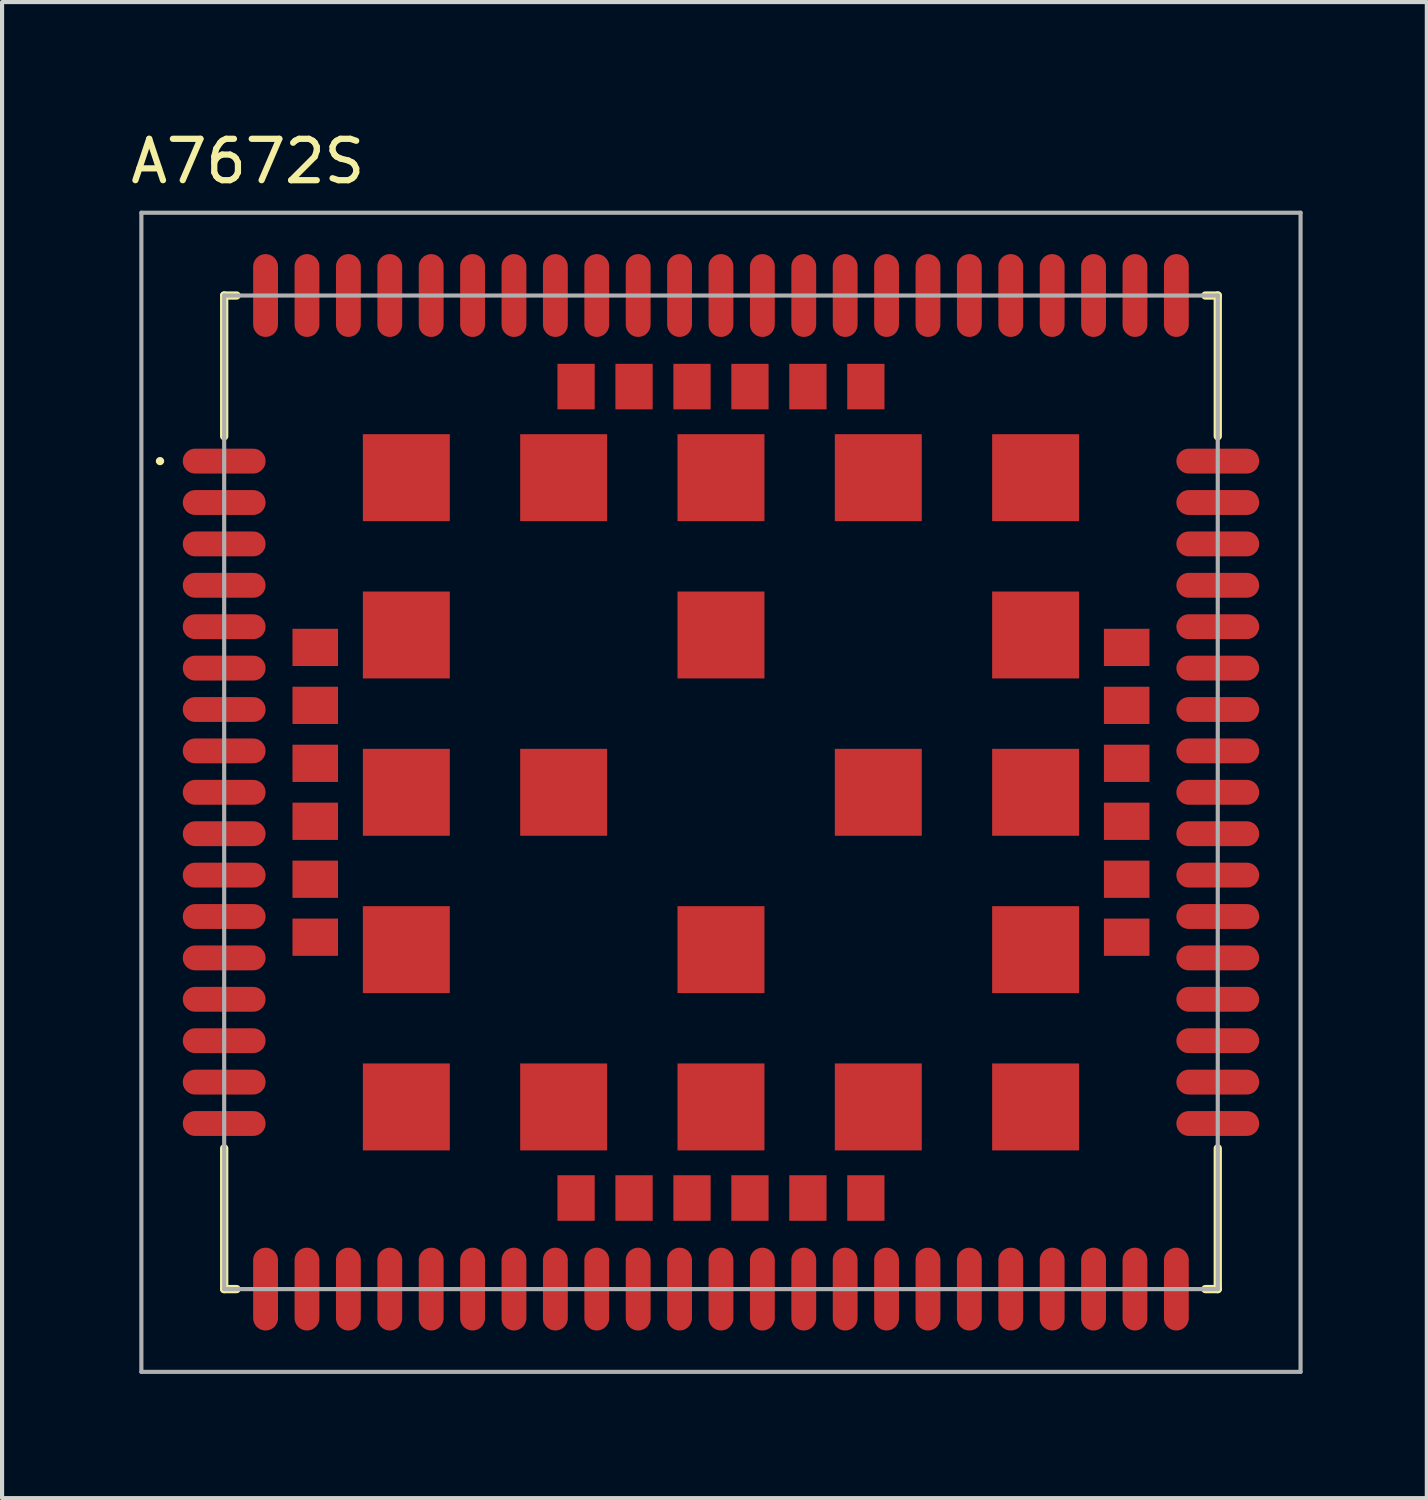
<source format=kicad_pcb>
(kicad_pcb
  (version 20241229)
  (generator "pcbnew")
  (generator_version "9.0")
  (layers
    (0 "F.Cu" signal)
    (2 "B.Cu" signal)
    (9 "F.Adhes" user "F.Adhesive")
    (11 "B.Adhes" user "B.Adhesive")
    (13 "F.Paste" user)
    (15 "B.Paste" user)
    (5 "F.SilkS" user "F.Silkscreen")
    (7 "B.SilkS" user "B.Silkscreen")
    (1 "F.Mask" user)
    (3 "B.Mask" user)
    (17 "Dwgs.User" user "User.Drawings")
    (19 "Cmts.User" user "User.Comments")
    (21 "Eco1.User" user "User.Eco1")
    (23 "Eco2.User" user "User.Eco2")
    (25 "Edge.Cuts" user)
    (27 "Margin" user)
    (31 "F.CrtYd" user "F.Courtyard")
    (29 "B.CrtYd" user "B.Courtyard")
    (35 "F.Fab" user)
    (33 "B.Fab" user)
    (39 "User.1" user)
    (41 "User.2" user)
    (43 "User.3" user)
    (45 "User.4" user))
  (footprint "A7672S"
    (layer "F.Cu")
    (at 14.365 16.088)
    (property "Reference" "A7672S" (at -11.43 -15.24 0) (layer "F.SilkS") (effects (font (size 1 1) (thickness 0.15))))
    (attr smd)
    (fp_line (start -12 -12) (end -11.7 -12) (stroke (width 0.2) (type solid)) (layer "F.SilkS"))
    (fp_line (start -12 -8.6) (end -12 -12) (stroke (width 0.2) (type solid)) (layer "F.SilkS"))
    (fp_line (start -12 12) (end -12 8.6) (stroke (width 0.2) (type solid)) (layer "F.SilkS"))
    (fp_line (start -11.7 12) (end -12 12) (stroke (width 0.2) (type solid)) (layer "F.SilkS"))
    (fp_line (start 11.7 -12) (end 12 -12) (stroke (width 0.2) (type solid)) (layer "F.SilkS"))
    (fp_line (start 12 -12) (end 12 -8.6) (stroke (width 0.2) (type solid)) (layer "F.SilkS"))
    (fp_line (start 12 8.6) (end 12 12) (stroke (width 0.2) (type solid)) (layer "F.SilkS"))
    (fp_line (start 12 12) (end 11.7 12) (stroke (width 0.2) (type solid)) (layer "F.SilkS"))
    (fp_arc (start -13.6 -8) (mid -13.55 -8.05) (end -13.5 -8) (stroke (width 0.1) (type solid)) (layer "F.SilkS"))
    (fp_arc (start -13.5 -8) (mid -13.55 -7.95) (end -13.6 -8) (stroke (width 0.1) (type solid)) (layer "F.SilkS"))
    (fp_line (start -14 -14) (end 14 -14) (stroke (width 0.1) (type solid)) (layer "F.Fab"))
    (fp_line (start -14 14) (end -14 -14) (stroke (width 0.1) (type solid)) (layer "F.Fab"))
    (fp_line (start -12 -12) (end -12 12) (stroke (width 0.1) (type solid)) (layer "F.Fab"))
    (fp_line (start -12 12) (end 12 12) (stroke (width 0.1) (type solid)) (layer "F.Fab"))
    (fp_line (start 12 -12) (end -12 -12) (stroke (width 0.1) (type solid)) (layer "F.Fab"))
    (fp_line (start 12 12) (end 12 -12) (stroke (width 0.1) (type solid)) (layer "F.Fab"))
    (fp_line (start 14 -14) (end 14 14) (stroke (width 0.1) (type solid)) (layer "F.Fab"))
    (fp_line (start 14 14) (end -14 14) (stroke (width 0.1) (type solid)) (layer "F.Fab"))
    (pad "1" smd oval (at -12 -8) (size 2 0.6) (layers "F.Cu" "F.Mask" "F.Paste"))
    (pad "2" smd oval (at -12 -7) (size 2 0.6) (layers "F.Cu" "F.Mask" "F.Paste"))
    (pad "3" smd oval (at -12 -6) (size 2 0.6) (layers "F.Cu" "F.Mask" "F.Paste"))
    (pad "4" smd oval (at -12 -5) (size 2 0.6) (layers "F.Cu" "F.Mask" "F.Paste"))
    (pad "5" smd oval (at -12 -4) (size 2 0.6) (layers "F.Cu" "F.Mask" "F.Paste"))
    (pad "6" smd oval (at -12 -3) (size 2 0.6) (layers "F.Cu" "F.Mask" "F.Paste"))
    (pad "7" smd oval (at -12 -2) (size 2 0.6) (layers "F.Cu" "F.Mask" "F.Paste"))
    (pad "8" smd oval (at -12 -1) (size 2 0.6) (layers "F.Cu" "F.Mask" "F.Paste"))
    (pad "9" smd oval (at -12 0) (size 2 0.6) (layers "F.Cu" "F.Mask" "F.Paste"))
    (pad "10" smd oval (at -12 1) (size 2 0.6) (layers "F.Cu" "F.Mask" "F.Paste"))
    (pad "11" smd oval (at -12 2) (size 2 0.6) (layers "F.Cu" "F.Mask" "F.Paste"))
    (pad "12" smd oval (at -12 3) (size 2 0.6) (layers "F.Cu" "F.Mask" "F.Paste"))
    (pad "13" smd oval (at -12 4) (size 2 0.6) (layers "F.Cu" "F.Mask" "F.Paste"))
    (pad "14" smd oval (at -12 5) (size 2 0.6) (layers "F.Cu" "F.Mask" "F.Paste"))
    (pad "15" smd oval (at -12 6) (size 2 0.6) (layers "F.Cu" "F.Mask" "F.Paste"))
    (pad "16" smd oval (at -12 7) (size 2 0.6) (layers "F.Cu" "F.Mask" "F.Paste"))
    (pad "17" smd oval (at -12 8) (size 2 0.6) (layers "F.Cu" "F.Mask" "F.Paste"))
    (pad "18" smd oval (at -8 12) (size 0.6 2) (layers "F.Cu" "F.Mask" "F.Paste"))
    (pad "19" smd oval (at -7 12) (size 0.6 2) (layers "F.Cu" "F.Mask" "F.Paste"))
    (pad "20" smd oval (at -6 12) (size 0.6 2) (layers "F.Cu" "F.Mask" "F.Paste"))
    (pad "21" smd oval (at -5 12) (size 0.6 2) (layers "F.Cu" "F.Mask" "F.Paste"))
    (pad "22" smd oval (at -4 12) (size 0.6 2) (layers "F.Cu" "F.Mask" "F.Paste"))
    (pad "23" smd oval (at -3 12) (size 0.6 2) (layers "F.Cu" "F.Mask" "F.Paste"))
    (pad "24" smd oval (at -2 12) (size 0.6 2) (layers "F.Cu" "F.Mask" "F.Paste"))
    (pad "25" smd oval (at -1 12) (size 0.6 2) (layers "F.Cu" "F.Mask" "F.Paste"))
    (pad "26" smd oval (at 0 12) (size 0.6 2) (layers "F.Cu" "F.Mask" "F.Paste"))
    (pad "27" smd oval (at 1 12) (size 0.6 2) (layers "F.Cu" "F.Mask" "F.Paste"))
    (pad "28" smd oval (at 2 12) (size 0.6 2) (layers "F.Cu" "F.Mask" "F.Paste"))
    (pad "29" smd oval (at 3 12) (size 0.6 2) (layers "F.Cu" "F.Mask" "F.Paste"))
    (pad "30" smd oval (at 4 12) (size 0.6 2) (layers "F.Cu" "F.Mask" "F.Paste"))
    (pad "31" smd oval (at 5 12) (size 0.6 2) (layers "F.Cu" "F.Mask" "F.Paste"))
    (pad "32" smd oval (at 6 12) (size 0.6 2) (layers "F.Cu" "F.Mask" "F.Paste"))
    (pad "33" smd oval (at 7 12) (size 0.6 2) (layers "F.Cu" "F.Mask" "F.Paste"))
    (pad "34" smd oval (at 8 12) (size 0.6 2) (layers "F.Cu" "F.Mask" "F.Paste"))
    (pad "35" smd oval (at 12 8) (size 2 0.6) (layers "F.Cu" "F.Mask" "F.Paste"))
    (pad "36" smd oval (at 12 7) (size 2 0.6) (layers "F.Cu" "F.Mask" "F.Paste"))
    (pad "37" smd oval (at 12 6) (size 2 0.6) (layers "F.Cu" "F.Mask" "F.Paste"))
    (pad "38" smd oval (at 12 5) (size 2 0.6) (layers "F.Cu" "F.Mask" "F.Paste"))
    (pad "39" smd oval (at 12 4) (size 2 0.6) (layers "F.Cu" "F.Mask" "F.Paste"))
    (pad "40" smd oval (at 12 3) (size 2 0.6) (layers "F.Cu" "F.Mask" "F.Paste"))
    (pad "41" smd oval (at 12 2) (size 2 0.6) (layers "F.Cu" "F.Mask" "F.Paste"))
    (pad "42" smd oval (at 12 1) (size 2 0.6) (layers "F.Cu" "F.Mask" "F.Paste"))
    (pad "43" smd oval (at 12 0) (size 2 0.6) (layers "F.Cu" "F.Mask" "F.Paste"))
    (pad "44" smd oval (at 12 -1) (size 2 0.6) (layers "F.Cu" "F.Mask" "F.Paste"))
    (pad "45" smd oval (at 12 -2) (size 2 0.6) (layers "F.Cu" "F.Mask" "F.Paste"))
    (pad "46" smd oval (at 12 -3) (size 2 0.6) (layers "F.Cu" "F.Mask" "F.Paste"))
    (pad "47" smd oval (at 12 -4) (size 2 0.6) (layers "F.Cu" "F.Mask" "F.Paste"))
    (pad "48" smd oval (at 12 -5) (size 2 0.6) (layers "F.Cu" "F.Mask" "F.Paste"))
    (pad "49" smd oval (at 12 -6) (size 2 0.6) (layers "F.Cu" "F.Mask" "F.Paste"))
    (pad "50" smd oval (at 12 -7) (size 2 0.6) (layers "F.Cu" "F.Mask" "F.Paste"))
    (pad "51" smd oval (at 12 -8) (size 2 0.6) (layers "F.Cu" "F.Mask" "F.Paste"))
    (pad "52" smd oval (at 8 -12) (size 0.6 2) (layers "F.Cu" "F.Mask" "F.Paste"))
    (pad "53" smd oval (at 7 -12) (size 0.6 2) (layers "F.Cu" "F.Mask" "F.Paste"))
    (pad "54" smd oval (at 6 -12) (size 0.6 2) (layers "F.Cu" "F.Mask" "F.Paste"))
    (pad "55" smd oval (at 5 -12) (size 0.6 2) (layers "F.Cu" "F.Mask" "F.Paste"))
    (pad "56" smd oval (at 4 -12) (size 0.6 2) (layers "F.Cu" "F.Mask" "F.Paste"))
    (pad "57" smd oval (at 3 -12) (size 0.6 2) (layers "F.Cu" "F.Mask" "F.Paste"))
    (pad "58" smd oval (at 2 -12) (size 0.6 2) (layers "F.Cu" "F.Mask" "F.Paste"))
    (pad "59" smd oval (at 1 -12) (size 0.6 2) (layers "F.Cu" "F.Mask" "F.Paste"))
    (pad "60" smd oval (at 0 -12) (size 0.6 2) (layers "F.Cu" "F.Mask" "F.Paste"))
    (pad "61" smd oval (at -1 -12) (size 0.6 2) (layers "F.Cu" "F.Mask" "F.Paste"))
    (pad "62" smd oval (at -2 -12) (size 0.6 2) (layers "F.Cu" "F.Mask" "F.Paste"))
    (pad "63" smd oval (at -3 -12) (size 0.6 2) (layers "F.Cu" "F.Mask" "F.Paste"))
    (pad "64" smd oval (at -4 -12) (size 0.6 2) (layers "F.Cu" "F.Mask" "F.Paste"))
    (pad "65" smd oval (at -5 -12) (size 0.6 2) (layers "F.Cu" "F.Mask" "F.Paste"))
    (pad "66" smd oval (at -6 -12) (size 0.6 2) (layers "F.Cu" "F.Mask" "F.Paste"))
    (pad "67" smd oval (at -7 -12) (size 0.6 2) (layers "F.Cu" "F.Mask" "F.Paste"))
    (pad "68" smd oval (at -8 -12) (size 0.6 2) (layers "F.Cu" "F.Mask" "F.Paste"))
    (pad "69" smd rect (at -7.6 -7.6) (size 2.1 2.1) (layers "F.Cu" "F.Mask" "F.Paste"))
    (pad "70" smd rect (at -7.6 -3.8) (size 2.1 2.1) (layers "F.Cu" "F.Mask" "F.Paste"))
    (pad "71" smd rect (at -7.6 0) (size 2.1 2.1) (layers "F.Cu" "F.Mask" "F.Paste"))
    (pad "72" smd rect (at -7.6 3.8) (size 2.1 2.1) (layers "F.Cu" "F.Mask" "F.Paste"))
    (pad "73" smd rect (at -7.6 7.6) (size 2.1 2.1) (layers "F.Cu" "F.Mask" "F.Paste"))
    (pad "74" smd rect (at -3.8 7.6) (size 2.1 2.1) (layers "F.Cu" "F.Mask" "F.Paste"))
    (pad "75" smd rect (at 0 7.6) (size 2.1 2.1) (layers "F.Cu" "F.Mask" "F.Paste"))
    (pad "76" smd rect (at 3.8 7.6) (size 2.1 2.1) (layers "F.Cu" "F.Mask" "F.Paste"))
    (pad "77" smd rect (at 7.6 7.6) (size 2.1 2.1) (layers "F.Cu" "F.Mask" "F.Paste"))
    (pad "78" smd rect (at 7.6 3.8) (size 2.1 2.1) (layers "F.Cu" "F.Mask" "F.Paste"))
    (pad "79" smd rect (at 7.6 0) (size 2.1 2.1) (layers "F.Cu" "F.Mask" "F.Paste"))
    (pad "80" smd rect (at 7.6 -3.8) (size 2.1 2.1) (layers "F.Cu" "F.Mask" "F.Paste"))
    (pad "81" smd rect (at 7.6 -7.6) (size 2.1 2.1) (layers "F.Cu" "F.Mask" "F.Paste"))
    (pad "82" smd rect (at 3.8 -7.6) (size 2.1 2.1) (layers "F.Cu" "F.Mask" "F.Paste"))
    (pad "83" smd rect (at 0 -7.6) (size 2.1 2.1) (layers "F.Cu" "F.Mask" "F.Paste"))
    (pad "84" smd rect (at -3.8 -7.6) (size 2.1 2.1) (layers "F.Cu" "F.Mask" "F.Paste"))
    (pad "85" smd rect (at -3.8 0) (size 2.1 2.1) (layers "F.Cu" "F.Mask" "F.Paste"))
    (pad "86" smd rect (at 0 3.8) (size 2.1 2.1) (layers "F.Cu" "F.Mask" "F.Paste"))
    (pad "87" smd rect (at 3.8 0) (size 2.1 2.1) (layers "F.Cu" "F.Mask" "F.Paste"))
    (pad "88" smd rect (at 0 -3.8) (size 2.1 2.1) (layers "F.Cu" "F.Mask" "F.Paste"))
    (pad "89" smd oval (at -11 12) (size 0.6 2) (layers "F.Cu" "F.Mask" "F.Paste"))
    (pad "90" smd oval (at -10 12) (size 0.6 2) (layers "F.Cu" "F.Mask" "F.Paste"))
    (pad "91" smd oval (at -9 12) (size 0.6 2) (layers "F.Cu" "F.Mask" "F.Paste"))
    (pad "92" smd oval (at 9 12) (size 0.6 2) (layers "F.Cu" "F.Mask" "F.Paste"))
    (pad "93" smd oval (at 10 12) (size 0.6 2) (layers "F.Cu" "F.Mask" "F.Paste"))
    (pad "94" smd oval (at 11 12) (size 0.6 2) (layers "F.Cu" "F.Mask" "F.Paste"))
    (pad "95" smd oval (at 11 -12) (size 0.6 2) (layers "F.Cu" "F.Mask" "F.Paste"))
    (pad "96" smd oval (at 10 -12) (size 0.6 2) (layers "F.Cu" "F.Mask" "F.Paste"))
    (pad "97" smd oval (at 9 -12) (size 0.6 2) (layers "F.Cu" "F.Mask" "F.Paste"))
    (pad "98" smd oval (at -9 -12) (size 0.6 2) (layers "F.Cu" "F.Mask" "F.Paste"))
    (pad "99" smd oval (at -10 -12) (size 0.6 2) (layers "F.Cu" "F.Mask" "F.Paste"))
    (pad "100" smd oval (at -11 -12) (size 0.6 2) (layers "F.Cu" "F.Mask" "F.Paste"))
    (pad "101" smd rect (at -9.8 -3.5) (size 1.1 0.9) (layers "F.Cu" "F.Mask" "F.Paste"))
    (pad "102" smd rect (at -9.8 -2.1) (size 1.1 0.9) (layers "F.Cu" "F.Mask" "F.Paste"))
    (pad "103" smd rect (at -9.8 -0.7) (size 1.1 0.9) (layers "F.Cu" "F.Mask" "F.Paste"))
    (pad "104" smd rect (at -9.8 0.7) (size 1.1 0.9) (layers "F.Cu" "F.Mask" "F.Paste"))
    (pad "105" smd rect (at -9.8 2.1) (size 1.1 0.9) (layers "F.Cu" "F.Mask" "F.Paste"))
    (pad "106" smd rect (at -9.8 3.5) (size 1.1 0.9) (layers "F.Cu" "F.Mask" "F.Paste"))
    (pad "107" smd rect (at -3.5 9.8) (size 0.9 1.1) (layers "F.Cu" "F.Mask" "F.Paste"))
    (pad "108" smd rect (at -2.1 9.8) (size 0.9 1.1) (layers "F.Cu" "F.Mask" "F.Paste"))
    (pad "109" smd rect (at -0.7 9.8) (size 0.9 1.1) (layers "F.Cu" "F.Mask" "F.Paste"))
    (pad "110" smd rect (at 0.7 9.8) (size 0.9 1.1) (layers "F.Cu" "F.Mask" "F.Paste"))
    (pad "111" smd rect (at 2.1 9.8) (size 0.9 1.1) (layers "F.Cu" "F.Mask" "F.Paste"))
    (pad "112" smd rect (at 3.5 9.8) (size 0.9 1.1) (layers "F.Cu" "F.Mask" "F.Paste"))
    (pad "113" smd rect (at 9.8 3.5) (size 1.1 0.9) (layers "F.Cu" "F.Mask" "F.Paste"))
    (pad "114" smd rect (at 9.8 2.1) (size 1.1 0.9) (layers "F.Cu" "F.Mask" "F.Paste"))
    (pad "115" smd rect (at 9.8 0.7) (size 1.1 0.9) (layers "F.Cu" "F.Mask" "F.Paste"))
    (pad "116" smd rect (at 9.8 -0.7) (size 1.1 0.9) (layers "F.Cu" "F.Mask" "F.Paste"))
    (pad "117" smd rect (at 9.8 -2.1) (size 1.1 0.9) (layers "F.Cu" "F.Mask" "F.Paste"))
    (pad "118" smd rect (at 9.8 -3.5) (size 1.1 0.9) (layers "F.Cu" "F.Mask" "F.Paste"))
    (pad "119" smd rect (at 3.5 -9.8) (size 0.9 1.1) (layers "F.Cu" "F.Mask" "F.Paste"))
    (pad "120" smd rect (at 2.1 -9.8) (size 0.9 1.1) (layers "F.Cu" "F.Mask" "F.Paste"))
    (pad "121" smd rect (at 0.7 -9.8) (size 0.9 1.1) (layers "F.Cu" "F.Mask" "F.Paste"))
    (pad "122" smd rect (at -0.7 -9.8) (size 0.9 1.1) (layers "F.Cu" "F.Mask" "F.Paste"))
    (pad "123" smd rect (at -2.1 -9.8) (size 0.9 1.1) (layers "F.Cu" "F.Mask" "F.Paste"))
    (pad "124" smd rect (at -3.5 -9.8) (size 0.9 1.1) (layers "F.Cu" "F.Mask" "F.Paste")))
  (gr_rect
    (start -3 -3)
    (end 31.415 33.138)
    (stroke (width 0.1) (type default))
    (fill no)
    (layer "Edge.Cuts")))
</source>
